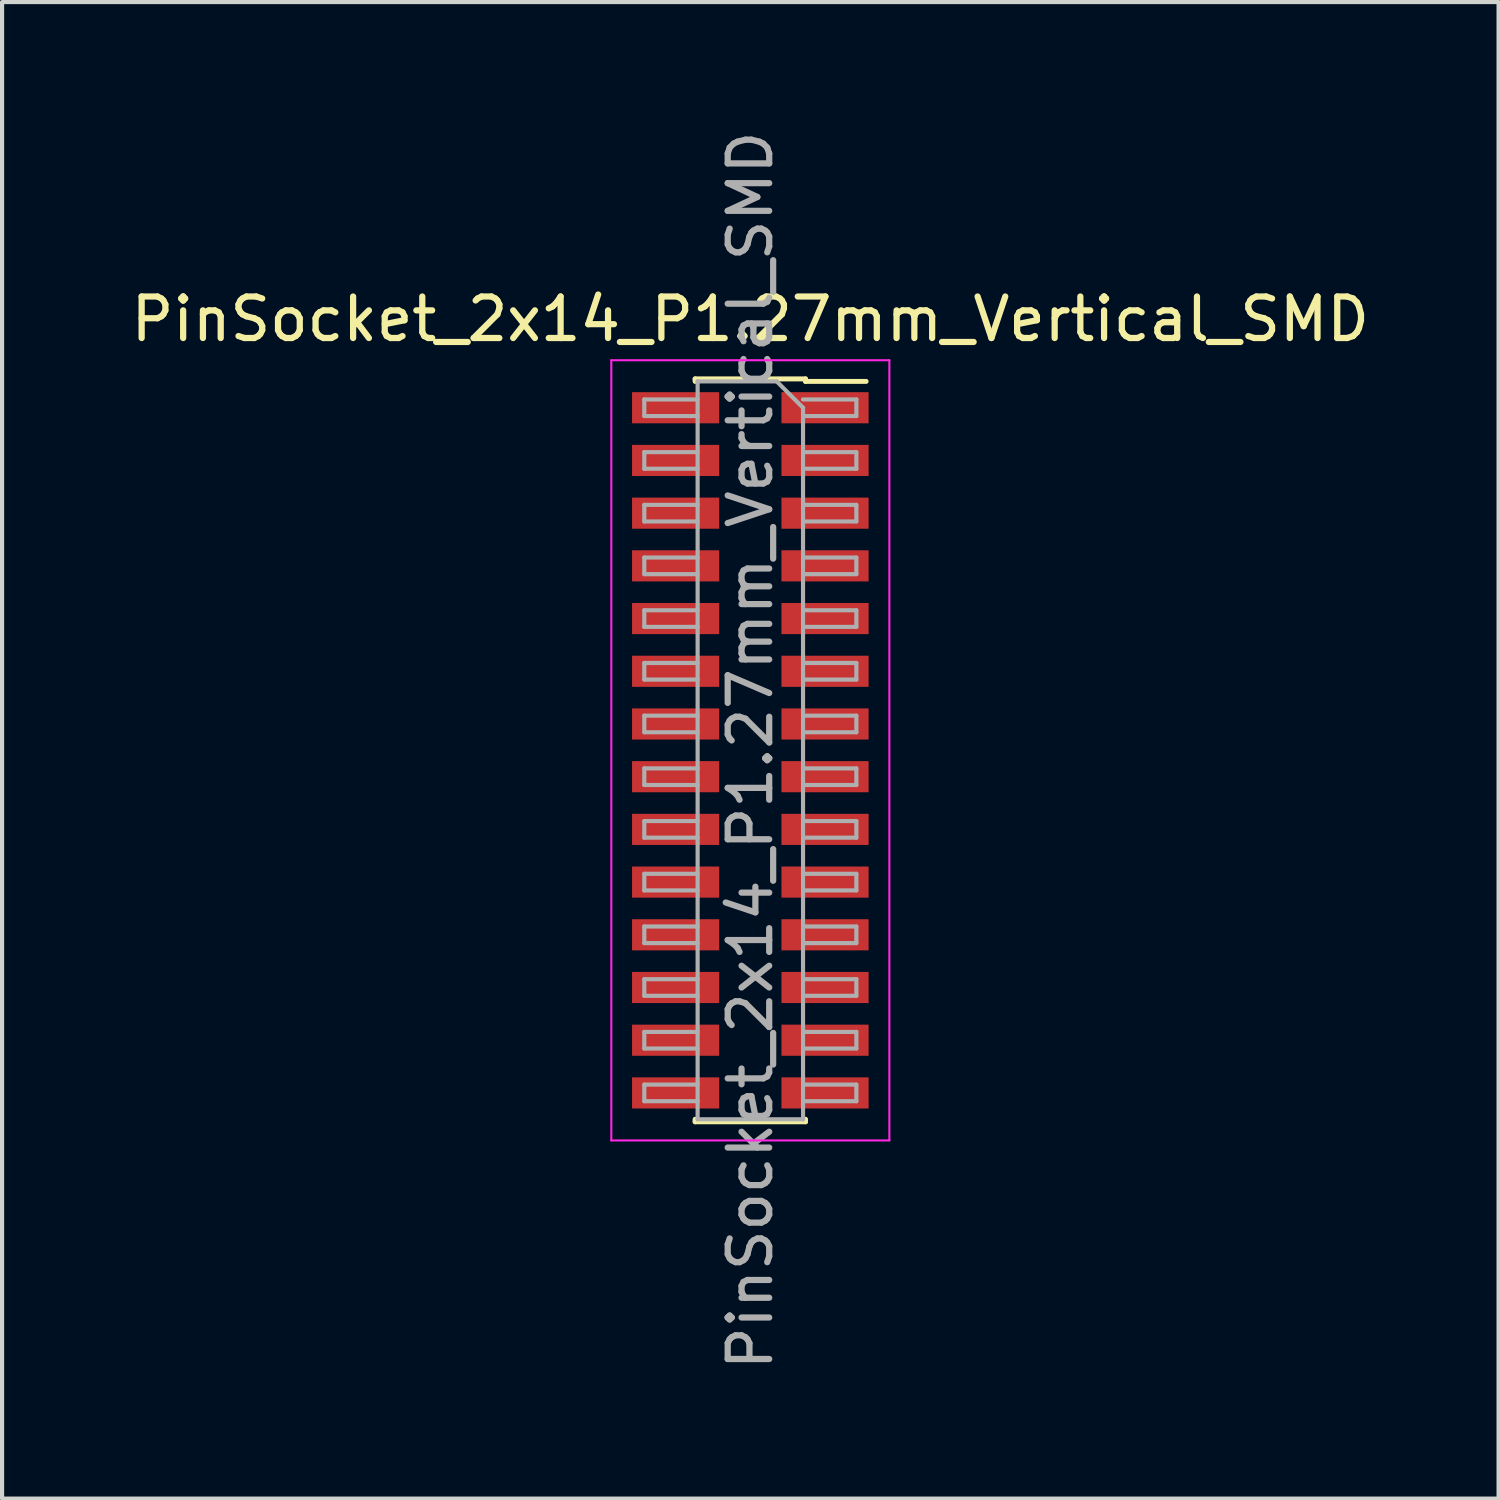
<source format=kicad_pcb>
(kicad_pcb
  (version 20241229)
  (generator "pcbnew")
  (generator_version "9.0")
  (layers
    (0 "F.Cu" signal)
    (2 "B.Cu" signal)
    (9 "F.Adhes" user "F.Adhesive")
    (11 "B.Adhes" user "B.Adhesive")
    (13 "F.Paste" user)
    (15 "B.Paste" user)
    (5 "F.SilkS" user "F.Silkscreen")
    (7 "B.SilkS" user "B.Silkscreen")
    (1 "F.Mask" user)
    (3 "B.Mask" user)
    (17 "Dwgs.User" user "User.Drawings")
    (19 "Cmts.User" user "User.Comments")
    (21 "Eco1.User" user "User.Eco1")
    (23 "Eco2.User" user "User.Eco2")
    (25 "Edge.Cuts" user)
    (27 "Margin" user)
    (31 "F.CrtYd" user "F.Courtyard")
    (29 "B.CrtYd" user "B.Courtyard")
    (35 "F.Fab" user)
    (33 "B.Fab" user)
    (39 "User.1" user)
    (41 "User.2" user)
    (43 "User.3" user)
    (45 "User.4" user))
  (footprint "PinSocket_2x14_P1.27mm_Vertical_SMD"
    (layer "F.Cu")
    (at 15.03 15.03)
    (property "Reference" "PinSocket_2x14_P1.27mm_Vertical_SMD" (at 0 -10.39 0) (layer "F.SilkS") (effects (font (size 1 1) (thickness 0.15))))
    (attr smd)
    (fp_line (start -1.33 -8.95) (end -1.33 -8.89) (stroke (width 0.12) (type solid)) (layer "F.SilkS"))
    (fp_line (start -1.33 -8.95) (end 1.33 -8.95) (stroke (width 0.12) (type solid)) (layer "F.SilkS"))
    (fp_line (start -1.33 8.89) (end -1.33 8.95) (stroke (width 0.12) (type solid)) (layer "F.SilkS"))
    (fp_line (start -1.33 8.95) (end 1.33 8.95) (stroke (width 0.12) (type solid)) (layer "F.SilkS"))
    (fp_line (start 1.33 -8.95) (end 1.33 -8.89) (stroke (width 0.12) (type solid)) (layer "F.SilkS"))
    (fp_line (start 1.33 -8.89) (end 2.79 -8.89) (stroke (width 0.12) (type solid)) (layer "F.SilkS"))
    (fp_line (start 1.33 8.89) (end 1.33 8.95) (stroke (width 0.12) (type solid)) (layer "F.SilkS"))
    (fp_line (start -3.35 -9.4) (end 3.35 -9.4) (stroke (width 0.05) (type solid)) (layer "F.CrtYd"))
    (fp_line (start -3.35 9.4) (end -3.35 -9.4) (stroke (width 0.05) (type solid)) (layer "F.CrtYd"))
    (fp_line (start 3.35 -9.4) (end 3.35 9.4) (stroke (width 0.05) (type solid)) (layer "F.CrtYd"))
    (fp_line (start 3.35 9.4) (end -3.35 9.4) (stroke (width 0.05) (type solid)) (layer "F.CrtYd"))
    (fp_line (start -2.555 -8.455) (end -1.27 -8.455) (stroke (width 0.1) (type solid)) (layer "F.Fab"))
    (fp_line (start -2.555 -8.055) (end -2.555 -8.455) (stroke (width 0.1) (type solid)) (layer "F.Fab"))
    (fp_line (start -2.555 -7.185) (end -1.27 -7.185) (stroke (width 0.1) (type solid)) (layer "F.Fab"))
    (fp_line (start -2.555 -6.785) (end -2.555 -7.185) (stroke (width 0.1) (type solid)) (layer "F.Fab"))
    (fp_line (start -2.555 -5.915) (end -1.27 -5.915) (stroke (width 0.1) (type solid)) (layer "F.Fab"))
    (fp_line (start -2.555 -5.515) (end -2.555 -5.915) (stroke (width 0.1) (type solid)) (layer "F.Fab"))
    (fp_line (start -2.555 -4.645) (end -1.27 -4.645) (stroke (width 0.1) (type solid)) (layer "F.Fab"))
    (fp_line (start -2.555 -4.245) (end -2.555 -4.645) (stroke (width 0.1) (type solid)) (layer "F.Fab"))
    (fp_line (start -2.555 -3.375) (end -1.27 -3.375) (stroke (width 0.1) (type solid)) (layer "F.Fab"))
    (fp_line (start -2.555 -2.975) (end -2.555 -3.375) (stroke (width 0.1) (type solid)) (layer "F.Fab"))
    (fp_line (start -2.555 -2.105) (end -1.27 -2.105) (stroke (width 0.1) (type solid)) (layer "F.Fab"))
    (fp_line (start -2.555 -1.705) (end -2.555 -2.105) (stroke (width 0.1) (type solid)) (layer "F.Fab"))
    (fp_line (start -2.555 -0.835) (end -1.27 -0.835) (stroke (width 0.1) (type solid)) (layer "F.Fab"))
    (fp_line (start -2.555 -0.435) (end -2.555 -0.835) (stroke (width 0.1) (type solid)) (layer "F.Fab"))
    (fp_line (start -2.555 0.435) (end -1.27 0.435) (stroke (width 0.1) (type solid)) (layer "F.Fab"))
    (fp_line (start -2.555 0.835) (end -2.555 0.435) (stroke (width 0.1) (type solid)) (layer "F.Fab"))
    (fp_line (start -2.555 1.705) (end -1.27 1.705) (stroke (width 0.1) (type solid)) (layer "F.Fab"))
    (fp_line (start -2.555 2.105) (end -2.555 1.705) (stroke (width 0.1) (type solid)) (layer "F.Fab"))
    (fp_line (start -2.555 2.975) (end -1.27 2.975) (stroke (width 0.1) (type solid)) (layer "F.Fab"))
    (fp_line (start -2.555 3.375) (end -2.555 2.975) (stroke (width 0.1) (type solid)) (layer "F.Fab"))
    (fp_line (start -2.555 4.245) (end -1.27 4.245) (stroke (width 0.1) (type solid)) (layer "F.Fab"))
    (fp_line (start -2.555 4.645) (end -2.555 4.245) (stroke (width 0.1) (type solid)) (layer "F.Fab"))
    (fp_line (start -2.555 5.515) (end -1.27 5.515) (stroke (width 0.1) (type solid)) (layer "F.Fab"))
    (fp_line (start -2.555 5.915) (end -2.555 5.515) (stroke (width 0.1) (type solid)) (layer "F.Fab"))
    (fp_line (start -2.555 6.785) (end -1.27 6.785) (stroke (width 0.1) (type solid)) (layer "F.Fab"))
    (fp_line (start -2.555 7.185) (end -2.555 6.785) (stroke (width 0.1) (type solid)) (layer "F.Fab"))
    (fp_line (start -2.555 8.055) (end -1.27 8.055) (stroke (width 0.1) (type solid)) (layer "F.Fab"))
    (fp_line (start -2.555 8.455) (end -2.555 8.055) (stroke (width 0.1) (type solid)) (layer "F.Fab"))
    (fp_line (start -1.27 -8.89) (end 0.635 -8.89) (stroke (width 0.1) (type solid)) (layer "F.Fab"))
    (fp_line (start -1.27 -8.055) (end -2.555 -8.055) (stroke (width 0.1) (type solid)) (layer "F.Fab"))
    (fp_line (start -1.27 -6.785) (end -2.555 -6.785) (stroke (width 0.1) (type solid)) (layer "F.Fab"))
    (fp_line (start -1.27 -5.515) (end -2.555 -5.515) (stroke (width 0.1) (type solid)) (layer "F.Fab"))
    (fp_line (start -1.27 -4.245) (end -2.555 -4.245) (stroke (width 0.1) (type solid)) (layer "F.Fab"))
    (fp_line (start -1.27 -2.975) (end -2.555 -2.975) (stroke (width 0.1) (type solid)) (layer "F.Fab"))
    (fp_line (start -1.27 -1.705) (end -2.555 -1.705) (stroke (width 0.1) (type solid)) (layer "F.Fab"))
    (fp_line (start -1.27 -0.435) (end -2.555 -0.435) (stroke (width 0.1) (type solid)) (layer "F.Fab"))
    (fp_line (start -1.27 0.835) (end -2.555 0.835) (stroke (width 0.1) (type solid)) (layer "F.Fab"))
    (fp_line (start -1.27 2.105) (end -2.555 2.105) (stroke (width 0.1) (type solid)) (layer "F.Fab"))
    (fp_line (start -1.27 3.375) (end -2.555 3.375) (stroke (width 0.1) (type solid)) (layer "F.Fab"))
    (fp_line (start -1.27 4.645) (end -2.555 4.645) (stroke (width 0.1) (type solid)) (layer "F.Fab"))
    (fp_line (start -1.27 5.915) (end -2.555 5.915) (stroke (width 0.1) (type solid)) (layer "F.Fab"))
    (fp_line (start -1.27 7.185) (end -2.555 7.185) (stroke (width 0.1) (type solid)) (layer "F.Fab"))
    (fp_line (start -1.27 8.455) (end -2.555 8.455) (stroke (width 0.1) (type solid)) (layer "F.Fab"))
    (fp_line (start -1.27 8.89) (end -1.27 -8.89) (stroke (width 0.1) (type solid)) (layer "F.Fab"))
    (fp_line (start 0.635 -8.89) (end 1.27 -8.255) (stroke (width 0.1) (type solid)) (layer "F.Fab"))
    (fp_line (start 1.27 -8.455) (end 2.555 -8.455) (stroke (width 0.1) (type solid)) (layer "F.Fab"))
    (fp_line (start 1.27 -8.255) (end 1.27 8.89) (stroke (width 0.1) (type solid)) (layer "F.Fab"))
    (fp_line (start 1.27 -7.185) (end 2.555 -7.185) (stroke (width 0.1) (type solid)) (layer "F.Fab"))
    (fp_line (start 1.27 -5.915) (end 2.555 -5.915) (stroke (width 0.1) (type solid)) (layer "F.Fab"))
    (fp_line (start 1.27 -4.645) (end 2.555 -4.645) (stroke (width 0.1) (type solid)) (layer "F.Fab"))
    (fp_line (start 1.27 -3.375) (end 2.555 -3.375) (stroke (width 0.1) (type solid)) (layer "F.Fab"))
    (fp_line (start 1.27 -2.105) (end 2.555 -2.105) (stroke (width 0.1) (type solid)) (layer "F.Fab"))
    (fp_line (start 1.27 -0.835) (end 2.555 -0.835) (stroke (width 0.1) (type solid)) (layer "F.Fab"))
    (fp_line (start 1.27 0.435) (end 2.555 0.435) (stroke (width 0.1) (type solid)) (layer "F.Fab"))
    (fp_line (start 1.27 1.705) (end 2.555 1.705) (stroke (width 0.1) (type solid)) (layer "F.Fab"))
    (fp_line (start 1.27 2.975) (end 2.555 2.975) (stroke (width 0.1) (type solid)) (layer "F.Fab"))
    (fp_line (start 1.27 4.245) (end 2.555 4.245) (stroke (width 0.1) (type solid)) (layer "F.Fab"))
    (fp_line (start 1.27 5.515) (end 2.555 5.515) (stroke (width 0.1) (type solid)) (layer "F.Fab"))
    (fp_line (start 1.27 6.785) (end 2.555 6.785) (stroke (width 0.1) (type solid)) (layer "F.Fab"))
    (fp_line (start 1.27 8.055) (end 2.555 8.055) (stroke (width 0.1) (type solid)) (layer "F.Fab"))
    (fp_line (start 1.27 8.89) (end -1.27 8.89) (stroke (width 0.1) (type solid)) (layer "F.Fab"))
    (fp_line (start 2.555 -8.455) (end 2.555 -8.055) (stroke (width 0.1) (type solid)) (layer "F.Fab"))
    (fp_line (start 2.555 -8.055) (end 1.27 -8.055) (stroke (width 0.1) (type solid)) (layer "F.Fab"))
    (fp_line (start 2.555 -7.185) (end 2.555 -6.785) (stroke (width 0.1) (type solid)) (layer "F.Fab"))
    (fp_line (start 2.555 -6.785) (end 1.27 -6.785) (stroke (width 0.1) (type solid)) (layer "F.Fab"))
    (fp_line (start 2.555 -5.915) (end 2.555 -5.515) (stroke (width 0.1) (type solid)) (layer "F.Fab"))
    (fp_line (start 2.555 -5.515) (end 1.27 -5.515) (stroke (width 0.1) (type solid)) (layer "F.Fab"))
    (fp_line (start 2.555 -4.645) (end 2.555 -4.245) (stroke (width 0.1) (type solid)) (layer "F.Fab"))
    (fp_line (start 2.555 -4.245) (end 1.27 -4.245) (stroke (width 0.1) (type solid)) (layer "F.Fab"))
    (fp_line (start 2.555 -3.375) (end 2.555 -2.975) (stroke (width 0.1) (type solid)) (layer "F.Fab"))
    (fp_line (start 2.555 -2.975) (end 1.27 -2.975) (stroke (width 0.1) (type solid)) (layer "F.Fab"))
    (fp_line (start 2.555 -2.105) (end 2.555 -1.705) (stroke (width 0.1) (type solid)) (layer "F.Fab"))
    (fp_line (start 2.555 -1.705) (end 1.27 -1.705) (stroke (width 0.1) (type solid)) (layer "F.Fab"))
    (fp_line (start 2.555 -0.835) (end 2.555 -0.435) (stroke (width 0.1) (type solid)) (layer "F.Fab"))
    (fp_line (start 2.555 -0.435) (end 1.27 -0.435) (stroke (width 0.1) (type solid)) (layer "F.Fab"))
    (fp_line (start 2.555 0.435) (end 2.555 0.835) (stroke (width 0.1) (type solid)) (layer "F.Fab"))
    (fp_line (start 2.555 0.835) (end 1.27 0.835) (stroke (width 0.1) (type solid)) (layer "F.Fab"))
    (fp_line (start 2.555 1.705) (end 2.555 2.105) (stroke (width 0.1) (type solid)) (layer "F.Fab"))
    (fp_line (start 2.555 2.105) (end 1.27 2.105) (stroke (width 0.1) (type solid)) (layer "F.Fab"))
    (fp_line (start 2.555 2.975) (end 2.555 3.375) (stroke (width 0.1) (type solid)) (layer "F.Fab"))
    (fp_line (start 2.555 3.375) (end 1.27 3.375) (stroke (width 0.1) (type solid)) (layer "F.Fab"))
    (fp_line (start 2.555 4.245) (end 2.555 4.645) (stroke (width 0.1) (type solid)) (layer "F.Fab"))
    (fp_line (start 2.555 4.645) (end 1.27 4.645) (stroke (width 0.1) (type solid)) (layer "F.Fab"))
    (fp_line (start 2.555 5.515) (end 2.555 5.915) (stroke (width 0.1) (type solid)) (layer "F.Fab"))
    (fp_line (start 2.555 5.915) (end 1.27 5.915) (stroke (width 0.1) (type solid)) (layer "F.Fab"))
    (fp_line (start 2.555 6.785) (end 2.555 7.185) (stroke (width 0.1) (type solid)) (layer "F.Fab"))
    (fp_line (start 2.555 7.185) (end 1.27 7.185) (stroke (width 0.1) (type solid)) (layer "F.Fab"))
    (fp_line (start 2.555 8.055) (end 2.555 8.455) (stroke (width 0.1) (type solid)) (layer "F.Fab"))
    (fp_line (start 2.555 8.455) (end 1.27 8.455) (stroke (width 0.1) (type solid)) (layer "F.Fab"))
    (fp_text user "${REFERENCE}" (at 0 0 90) (layer "F.Fab") (effects (font (size 1 1) (thickness 0.15))))
    (pad "1" smd rect (at 1.8 -8.255) (size 2.1 0.75) (layers "F.Cu" "F.Mask" "F.Paste"))
    (pad "2" smd rect (at -1.8 -8.255) (size 2.1 0.75) (layers "F.Cu" "F.Mask" "F.Paste"))
    (pad "3" smd rect (at 1.8 -6.985) (size 2.1 0.75) (layers "F.Cu" "F.Mask" "F.Paste"))
    (pad "4" smd rect (at -1.8 -6.985) (size 2.1 0.75) (layers "F.Cu" "F.Mask" "F.Paste"))
    (pad "5" smd rect (at 1.8 -5.715) (size 2.1 0.75) (layers "F.Cu" "F.Mask" "F.Paste"))
    (pad "6" smd rect (at -1.8 -5.715) (size 2.1 0.75) (layers "F.Cu" "F.Mask" "F.Paste"))
    (pad "7" smd rect (at 1.8 -4.445) (size 2.1 0.75) (layers "F.Cu" "F.Mask" "F.Paste"))
    (pad "8" smd rect (at -1.8 -4.445) (size 2.1 0.75) (layers "F.Cu" "F.Mask" "F.Paste"))
    (pad "9" smd rect (at 1.8 -3.175) (size 2.1 0.75) (layers "F.Cu" "F.Mask" "F.Paste"))
    (pad "10" smd rect (at -1.8 -3.175) (size 2.1 0.75) (layers "F.Cu" "F.Mask" "F.Paste"))
    (pad "11" smd rect (at 1.8 -1.905) (size 2.1 0.75) (layers "F.Cu" "F.Mask" "F.Paste"))
    (pad "12" smd rect (at -1.8 -1.905) (size 2.1 0.75) (layers "F.Cu" "F.Mask" "F.Paste"))
    (pad "13" smd rect (at 1.8 -0.635) (size 2.1 0.75) (layers "F.Cu" "F.Mask" "F.Paste"))
    (pad "14" smd rect (at -1.8 -0.635) (size 2.1 0.75) (layers "F.Cu" "F.Mask" "F.Paste"))
    (pad "15" smd rect (at 1.8 0.635) (size 2.1 0.75) (layers "F.Cu" "F.Mask" "F.Paste"))
    (pad "16" smd rect (at -1.8 0.635) (size 2.1 0.75) (layers "F.Cu" "F.Mask" "F.Paste"))
    (pad "17" smd rect (at 1.8 1.905) (size 2.1 0.75) (layers "F.Cu" "F.Mask" "F.Paste"))
    (pad "18" smd rect (at -1.8 1.905) (size 2.1 0.75) (layers "F.Cu" "F.Mask" "F.Paste"))
    (pad "19" smd rect (at 1.8 3.175) (size 2.1 0.75) (layers "F.Cu" "F.Mask" "F.Paste"))
    (pad "20" smd rect (at -1.8 3.175) (size 2.1 0.75) (layers "F.Cu" "F.Mask" "F.Paste"))
    (pad "21" smd rect (at 1.8 4.445) (size 2.1 0.75) (layers "F.Cu" "F.Mask" "F.Paste"))
    (pad "22" smd rect (at -1.8 4.445) (size 2.1 0.75) (layers "F.Cu" "F.Mask" "F.Paste"))
    (pad "23" smd rect (at 1.8 5.715) (size 2.1 0.75) (layers "F.Cu" "F.Mask" "F.Paste"))
    (pad "24" smd rect (at -1.8 5.715) (size 2.1 0.75) (layers "F.Cu" "F.Mask" "F.Paste"))
    (pad "25" smd rect (at 1.8 6.985) (size 2.1 0.75) (layers "F.Cu" "F.Mask" "F.Paste"))
    (pad "26" smd rect (at -1.8 6.985) (size 2.1 0.75) (layers "F.Cu" "F.Mask" "F.Paste"))
    (pad "27" smd rect (at 1.8 8.255) (size 2.1 0.75) (layers "F.Cu" "F.Mask" "F.Paste"))
    (pad "28" smd rect (at -1.8 8.255) (size 2.1 0.75) (layers "F.Cu" "F.Mask" "F.Paste")))
  (gr_rect
    (start -3 -3)
    (end 33.06 33.06)
    (stroke (width 0.1) (type default))
    (fill no)
    (layer "Edge.Cuts")))
</source>
